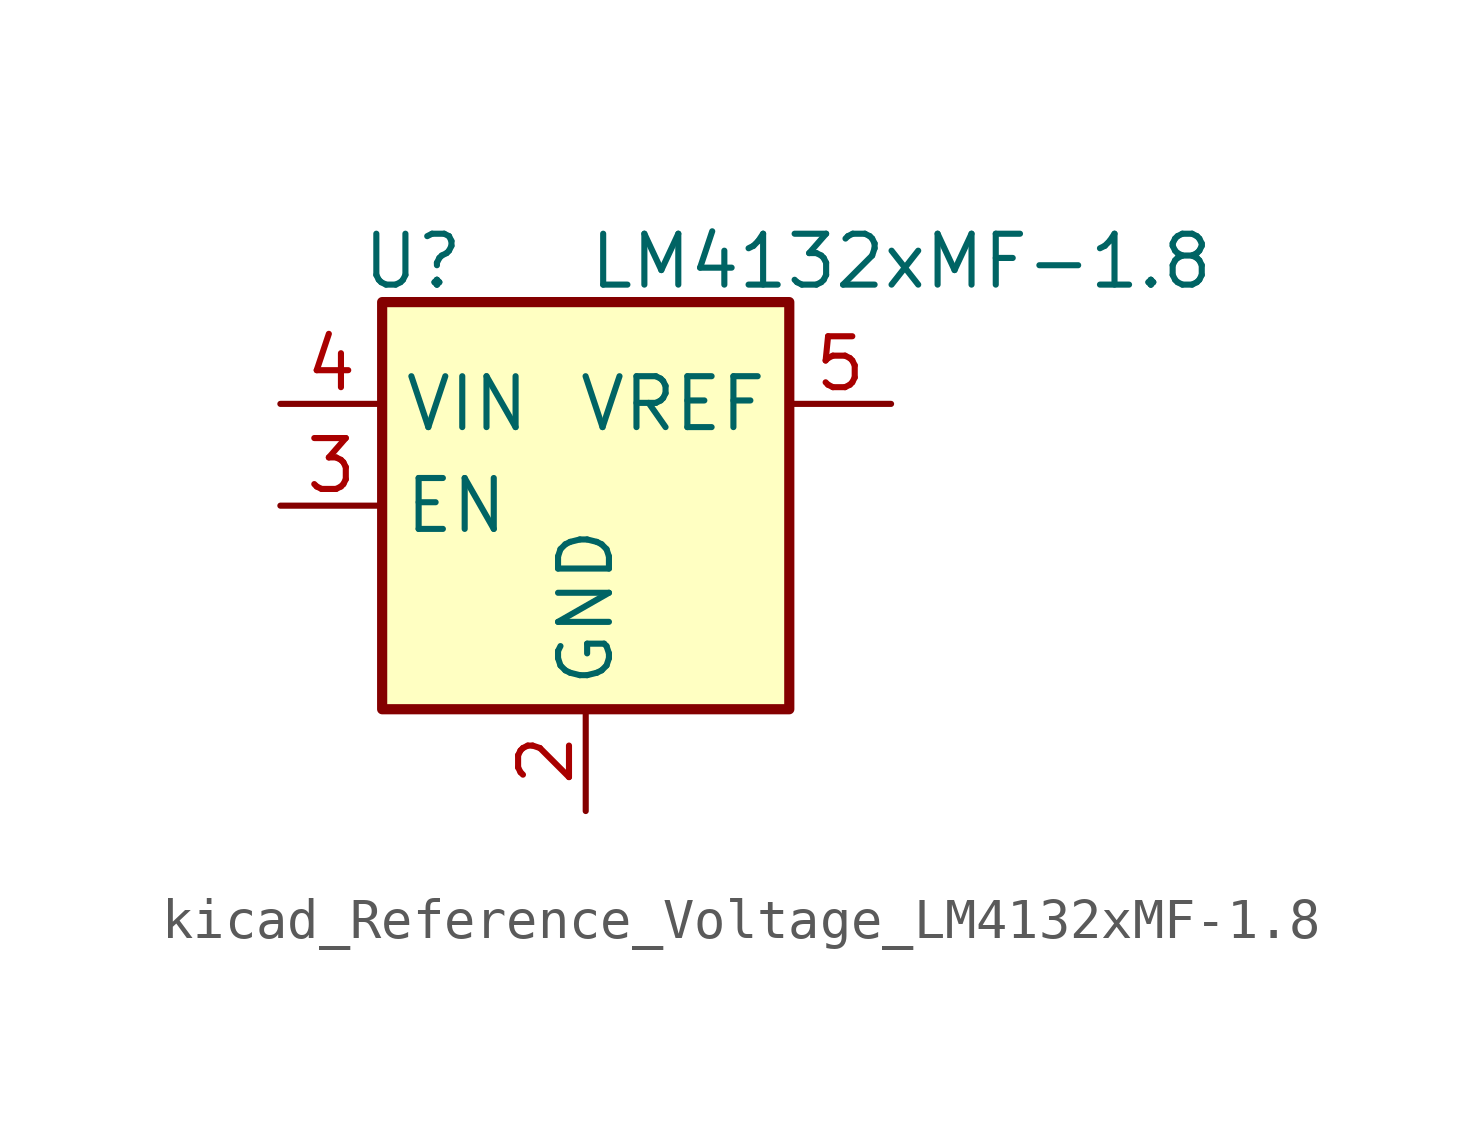
<source format=kicad_sym>
(kicad_symbol_lib
  (version 20220914)
  (generator kicad_symbol_editor)
  (symbol "kicad_Reference_Voltage_LM4132xMF-1.8"
    (property "Reference" "U"
      (at -4.318 6.096 0)
      (effects (font (size 1.27 1.27))))
    (property "Value" "LM4132xMF-1.8"
      (at 7.874 6.096 0)
      (effects (font (size 1.27 1.27))))
    (symbol "kicad_Reference_Voltage_LM4132xMF-1.8_0_1"
      (rectangle (start -5.08 5.08) (end 5.08 -5.08) (stroke (width 0.254) (type default)) (fill (type background))))
    (symbol "kicad_Reference_Voltage_LM4132xMF-1.8_1_1"
      (pin no_connect line (at 5.08 0 180) (length 2.54) hide (name "NC" (effects (font (size 1.27 1.27)))) (number "1" (effects (font (size 1.27 1.27)))))
      (pin power_in line (at 0 -7.62 90) (length 2.54) (name "GND" (effects (font (size 1.27 1.27)))) (number "2" (effects (font (size 1.27 1.27)))))
      (pin input line (at -7.62 0 0) (length 2.54) (name "EN" (effects (font (size 1.27 1.27)))) (number "3" (effects (font (size 1.27 1.27)))))
      (pin power_in line (at -7.62 2.54 0) (length 2.54) (name "VIN" (effects (font (size 1.27 1.27)))) (number "4" (effects (font (size 1.27 1.27)))))
      (pin power_out line (at 7.62 2.54 180) (length 2.54) (name "VREF" (effects (font (size 1.27 1.27)))) (number "5" (effects (font (size 1.27 1.27))))))))
</source>
